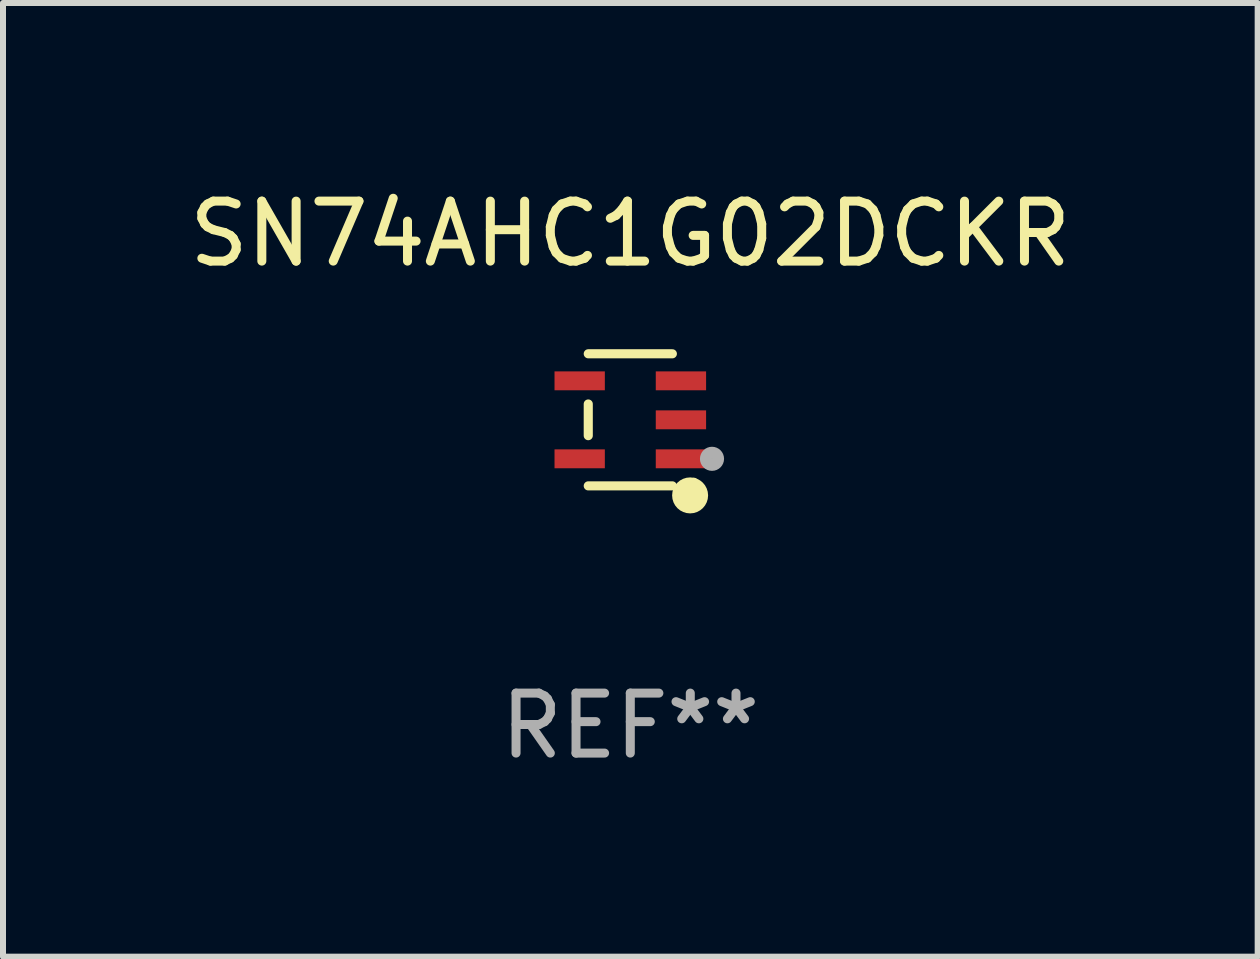
<source format=kicad_pcb>
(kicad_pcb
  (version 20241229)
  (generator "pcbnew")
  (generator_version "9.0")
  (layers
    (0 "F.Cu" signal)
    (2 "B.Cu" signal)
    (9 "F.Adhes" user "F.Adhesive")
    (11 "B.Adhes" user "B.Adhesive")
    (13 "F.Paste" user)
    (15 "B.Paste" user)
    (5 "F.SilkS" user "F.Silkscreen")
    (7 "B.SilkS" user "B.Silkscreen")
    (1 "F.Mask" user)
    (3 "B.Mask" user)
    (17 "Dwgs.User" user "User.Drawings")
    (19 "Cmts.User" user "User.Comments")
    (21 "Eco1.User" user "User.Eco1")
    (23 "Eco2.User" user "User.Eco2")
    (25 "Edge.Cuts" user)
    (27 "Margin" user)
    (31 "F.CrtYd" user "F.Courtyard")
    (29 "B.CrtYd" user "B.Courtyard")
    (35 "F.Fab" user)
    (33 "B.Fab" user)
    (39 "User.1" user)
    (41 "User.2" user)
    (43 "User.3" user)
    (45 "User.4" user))
  (footprint "SN74AHC1G02DCKR"
    (layer "F.Cu")
    (at 7.458 3.949)
    (property "Reference" "SN74AHC1G02DCKR" (at 0 -3.101 0) (layer "F.SilkS") (effects (font (size 1 1) (thickness 0.15))))
    (attr through_hole)
    (fp_line (start -0.701 -0.264) (end -0.701 0.264) (stroke (width 0.152) (type solid)) (layer "F.SilkS"))
    (fp_line (start 0.701 -1.101) (end -0.701 -1.101) (stroke (width 0.152) (type solid)) (layer "F.SilkS"))
    (fp_line (start 0.701 1.101) (end -0.701 1.101) (stroke (width 0.152) (type solid)) (layer "F.SilkS"))
    (fp_circle (center 0.997 1.26) (end 1.147 1.26) (stroke (width 0.3) (type solid)) (fill no) (layer "F.SilkS"))
    (fp_circle (center 1.063 1.025) (end 1.093 1.025) (stroke (width 0.06) (type solid)) (fill no) (layer "F.SilkS"))
    (fp_circle (center 1.362 0.65) (end 1.463 0.65) (stroke (width 0.2) (type solid)) (fill no) (layer "F.Fab"))
    (fp_text user "REF**" (at 0 5.101 0) (layer "F.Fab") (effects (font (size 1 1) (thickness 0.15))))
    (pad "1" smd rect (at 0.844 0.65) (size 0.839 0.315) (layers "F.Cu" "F.Mask" "F.Paste"))
    (pad "2" smd rect (at 0.844 0) (size 0.839 0.315) (layers "F.Cu" "F.Mask" "F.Paste"))
    (pad "3" smd rect (at 0.844 -0.65) (size 0.839 0.315) (layers "F.Cu" "F.Mask" "F.Paste"))
    (pad "4" smd rect (at -0.844 -0.65) (size 0.839 0.315) (layers "F.Cu" "F.Mask" "F.Paste"))
    (pad "5" smd rect (at -0.844 0.65) (size 0.839 0.315) (layers "F.Cu" "F.Mask" "F.Paste")))
  (gr_rect
    (start -3 -3)
    (end 17.917 12.899)
    (stroke (width 0.1) (type default))
    (fill no)
    (layer "Edge.Cuts")))
</source>
